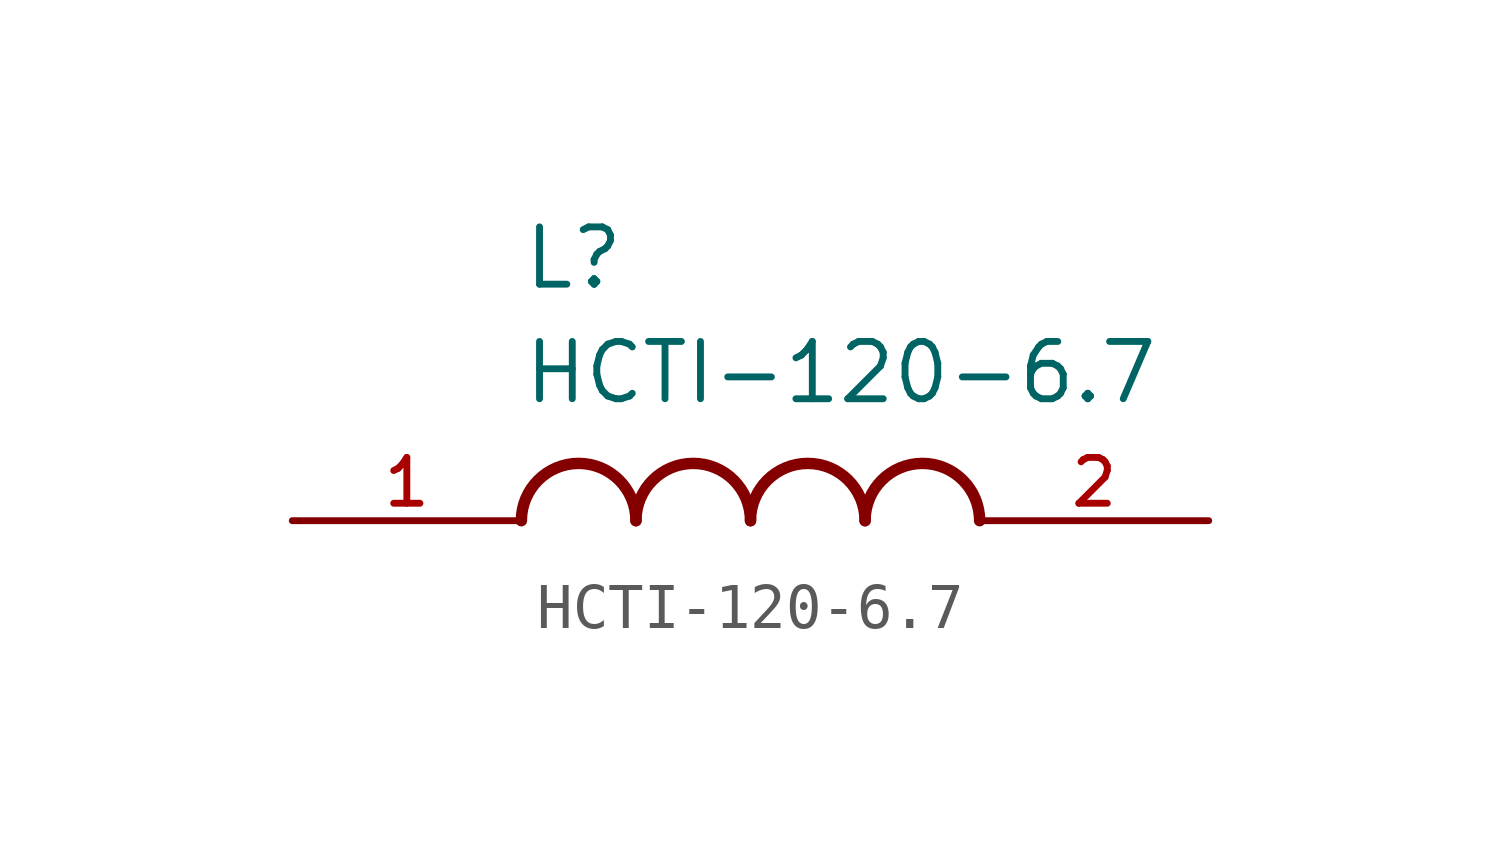
<source format=kicad_sym>
(kicad_symbol_lib
  (version 20211014)
  (generator kicad_symbol_editor)
  (symbol "HCTI-120-6.7"
    (pin_names
      (offset 1.016))
    (property "Reference" "L"
      (at -5.08 5.08 0)
      (effects (font (size 1.27 1.27)) (justify bottom left)))
    (property "Value" "HCTI-120-6.7"
      (at -5.08 2.54 0)
      (effects (font (size 1.27 1.27)) (justify bottom left)))
    (symbol "HCTI-120-6.7_0_0"
      (arc (start -2.54 0.0) (mid -3.81 1.27) (end -5.08 0.0) (stroke (width 0.254) (type default) (color 0 0 0 0)) (fill (type none)))
      (arc (start 0.0 0.0) (mid -1.27 1.27) (end -2.54 0.0) (stroke (width 0.254) (type default) (color 0 0 0 0)) (fill (type none)))
      (arc (start 2.54 0.0) (mid 1.27 1.27) (end 0.0 0.0) (stroke (width 0.254) (type default) (color 0 0 0 0)) (fill (type none)))
      (arc (start 5.08 0.0) (mid 3.81 1.27) (end 2.54 0.0) (stroke (width 0.254) (type default) (color 0 0 0 0)) (fill (type none)))
      (pin passive line (at -10.16 0.0 0) (length 5.08) (name "~" (effects (font (size 1.016 1.016)))) (number "1" (effects (font (size 1.016 1.016)))))
      (pin passive line (at 10.16 0.0 180.0) (length 5.08) (name "~" (effects (font (size 1.016 1.016)))) (number "2" (effects (font (size 1.016 1.016))))))))
</source>
